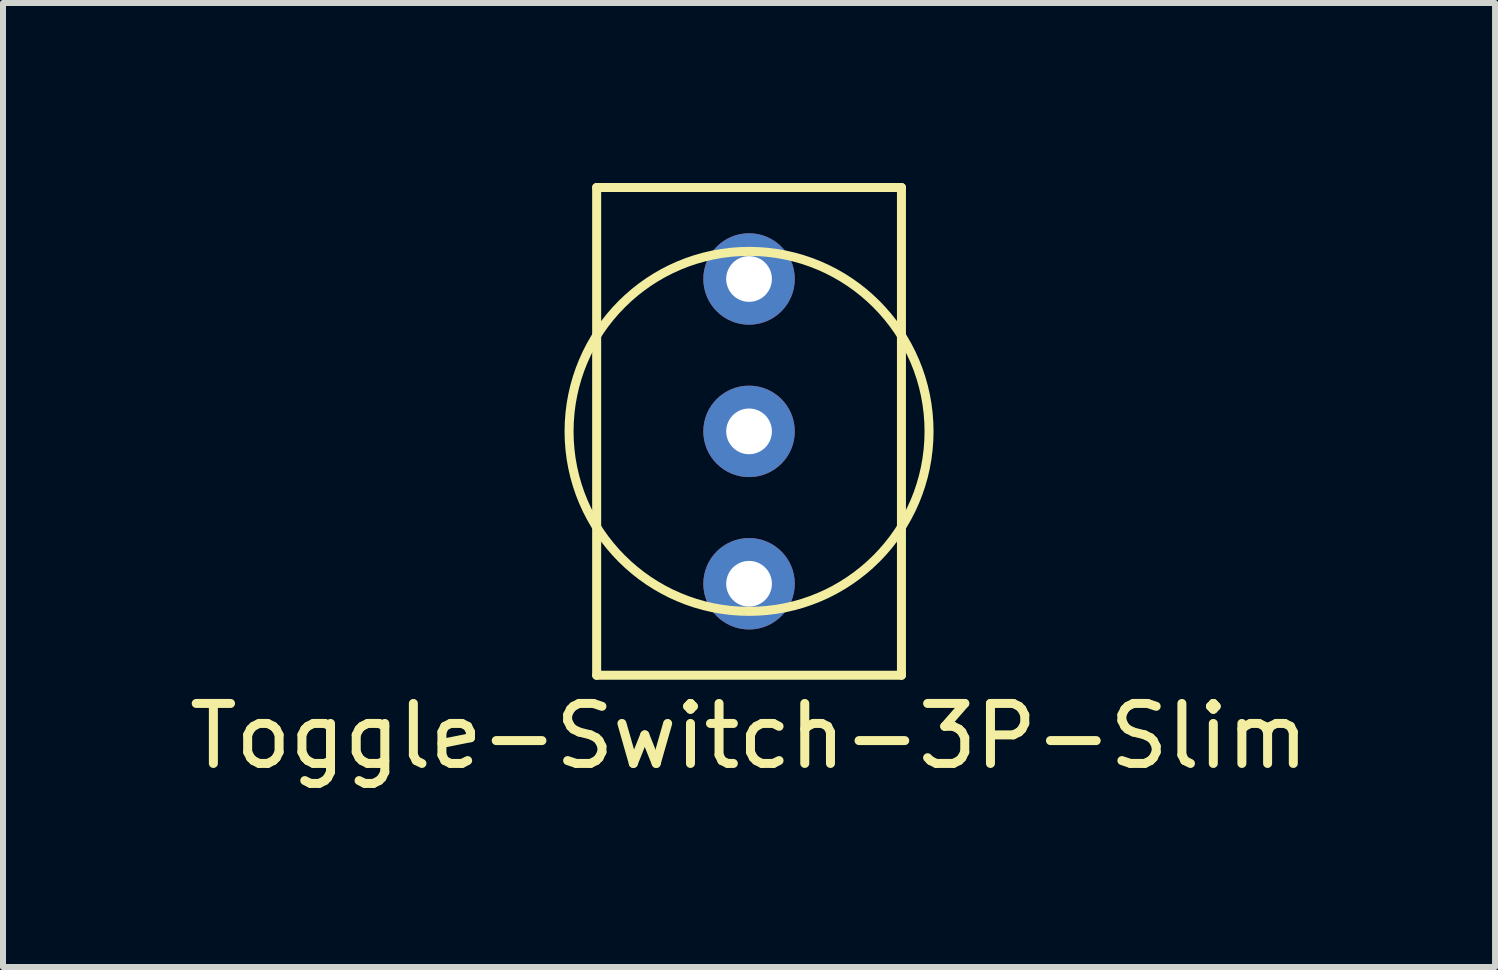
<source format=kicad_pcb>
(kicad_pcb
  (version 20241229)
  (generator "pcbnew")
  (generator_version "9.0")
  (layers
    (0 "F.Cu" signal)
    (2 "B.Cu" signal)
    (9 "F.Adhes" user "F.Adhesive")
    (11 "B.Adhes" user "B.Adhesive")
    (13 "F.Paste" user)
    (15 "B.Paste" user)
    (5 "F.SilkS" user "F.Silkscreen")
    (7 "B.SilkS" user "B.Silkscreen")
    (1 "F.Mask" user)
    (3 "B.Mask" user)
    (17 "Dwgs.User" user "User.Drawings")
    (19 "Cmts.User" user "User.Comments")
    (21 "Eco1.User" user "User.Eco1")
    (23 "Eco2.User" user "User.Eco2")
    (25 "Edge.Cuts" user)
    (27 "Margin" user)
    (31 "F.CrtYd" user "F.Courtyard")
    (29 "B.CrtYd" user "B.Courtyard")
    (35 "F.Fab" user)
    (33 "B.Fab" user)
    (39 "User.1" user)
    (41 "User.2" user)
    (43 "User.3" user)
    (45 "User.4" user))
  (footprint "Toggle-Switch-3P-Slim"
    (layer "F.Cu")
    (at 9.435 4.14)
    (property "Reference" "Toggle-Switch-3P-Slim" (at 0 5.08 0) (layer "F.SilkS") (effects (font (size 1 1) (thickness 0.15))))
    (attr through_hole)
    (fp_line (start -2.54 -4.065) (end -2.54 4.065) (stroke (width 0.15) (type solid)) (layer "F.SilkS"))
    (fp_line (start -2.54 4.065) (end 2.54 4.065) (stroke (width 0.15) (type solid)) (layer "F.SilkS"))
    (fp_line (start 2.54 -4.065) (end -2.54 -4.065) (stroke (width 0.15) (type solid)) (layer "F.SilkS"))
    (fp_line (start 2.54 4.065) (end 2.54 -4.065) (stroke (width 0.15) (type solid)) (layer "F.SilkS"))
    (fp_circle (center 0 0) (end 3 0) (stroke (width 0.15) (type solid)) (fill no) (layer "F.SilkS"))
    (pad "1" thru_hole circle (at 0 -2.54) (size 1.524 1.524) (drill 0.762) (layers "*.Cu" "*.Mask"))
    (pad "2" thru_hole circle (at 0 0) (size 1.524 1.524) (drill 0.762) (layers "*.Cu" "*.Mask"))
    (pad "3" thru_hole circle (at 0 2.54) (size 1.524 1.524) (drill 0.762) (layers "*.Cu" "*.Mask")))
  (gr_rect
    (start -3 -3)
    (end 21.869 13.068)
    (stroke (width 0.1) (type default))
    (fill no)
    (layer "Edge.Cuts")))
</source>
